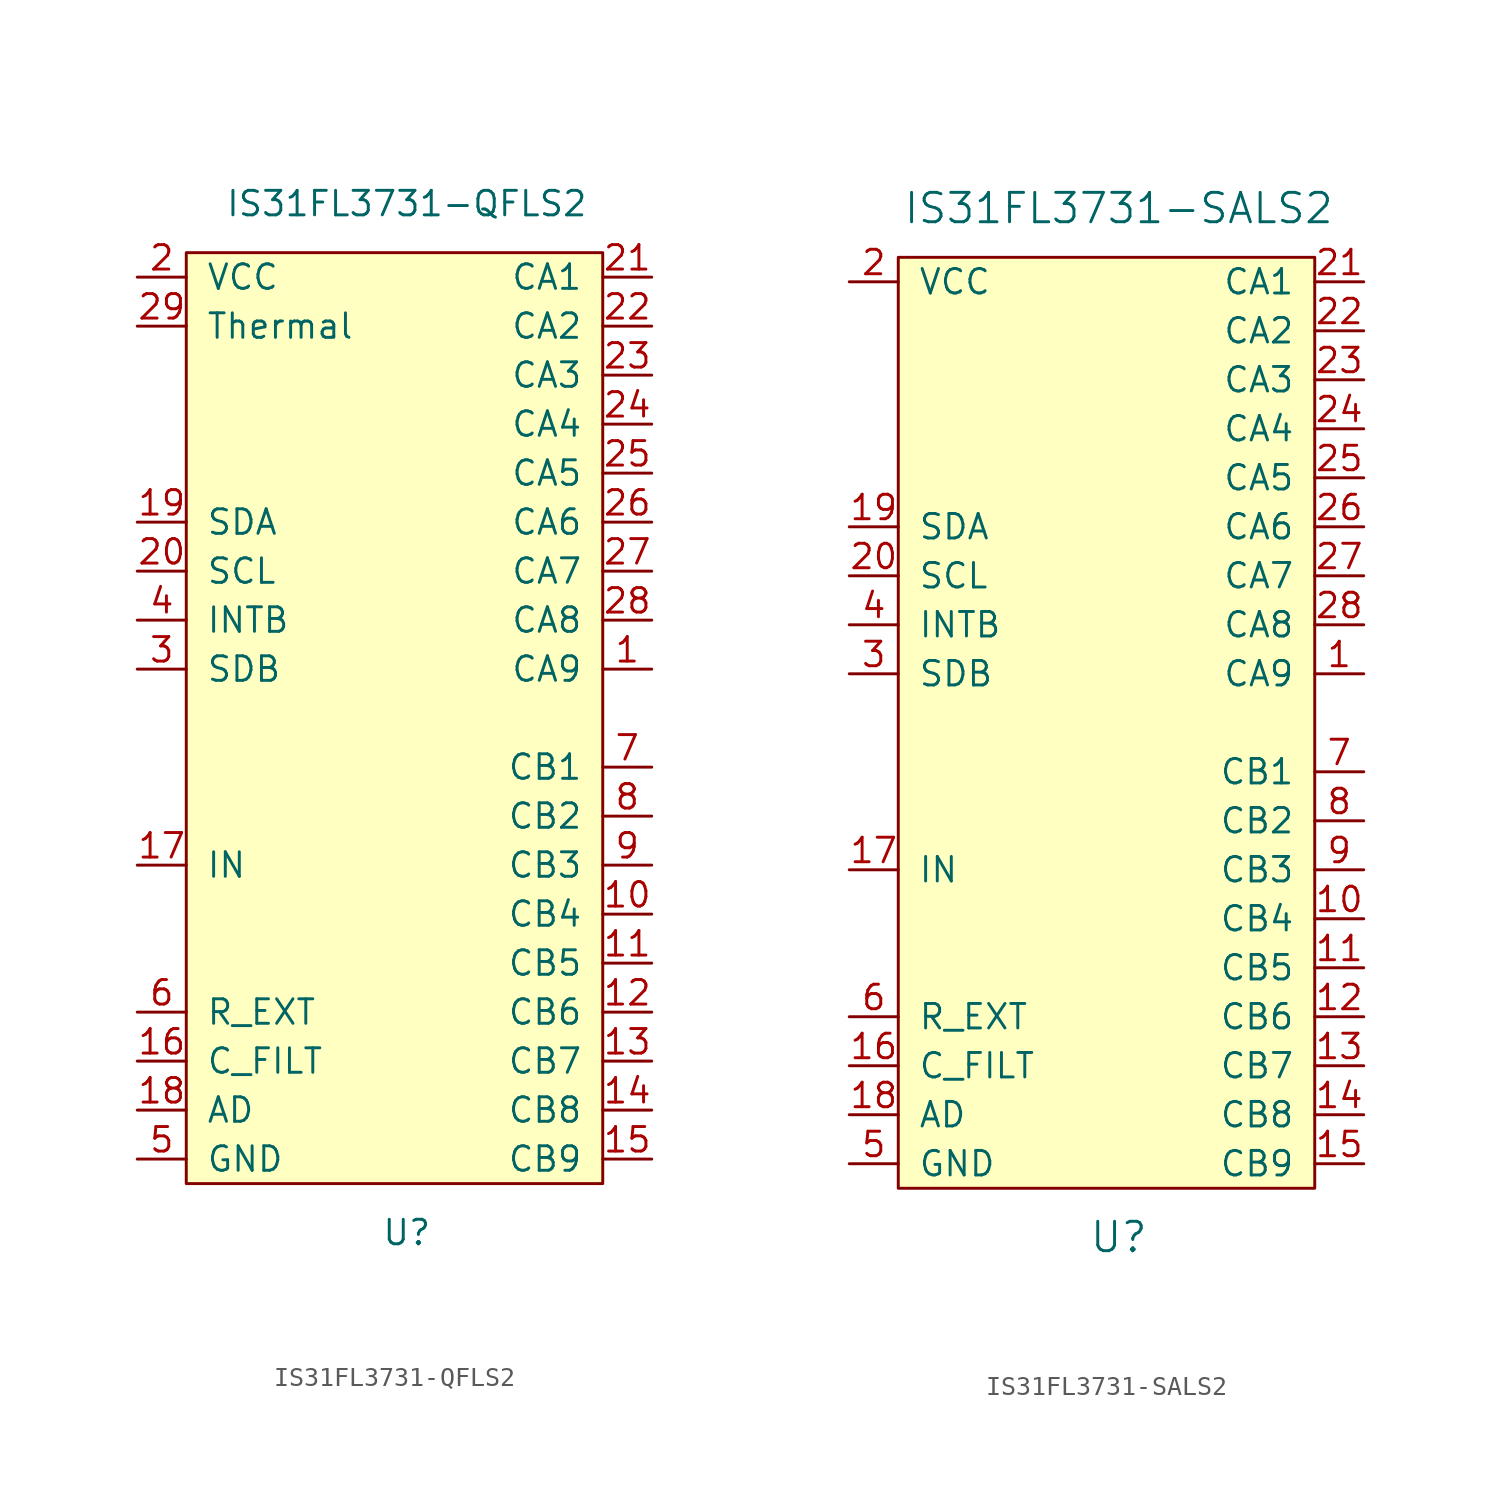
<source format=kicad_sym>
(kicad_symbol_lib
  (version 20211014)
  (generator kicad_symbol_editor)
  (symbol "IS31FL3731-QFLS2"
    (pin_names
      (offset 1.016))
    (property "Reference" "U"
      (at 0 -26.67 0)
      (effects (font (size 1.27 1.27))))
    (property "Value" "IS31FL3731-QFLS2"
      (at 0 26.67 0)
      (effects (font (size 1.27 1.27))))
    (symbol "IS31FL3731-QFLS2_1_1"
      (rectangle (start 10.16 24.13) (end -11.43 -24.13) (stroke (width 0) (type default) (color 0 0 0 0)) (fill (type background)))
      (pin input line (at 12.7 2.54 180) (length 2.54) (name "CA9" (effects (font (size 1.27 1.27)))) (number "1" (effects (font (size 1.27 1.27)))))
      (pin input line (at 12.7 -10.16 180) (length 2.54) (name "CB4" (effects (font (size 1.27 1.27)))) (number "10" (effects (font (size 1.27 1.27)))))
      (pin input line (at 12.7 -12.7 180) (length 2.54) (name "CB5" (effects (font (size 1.27 1.27)))) (number "11" (effects (font (size 1.27 1.27)))))
      (pin input line (at 12.7 -15.24 180) (length 2.54) (name "CB6" (effects (font (size 1.27 1.27)))) (number "12" (effects (font (size 1.27 1.27)))))
      (pin input line (at 12.7 -17.78 180) (length 2.54) (name "CB7" (effects (font (size 1.27 1.27)))) (number "13" (effects (font (size 1.27 1.27)))))
      (pin input line (at 12.7 -20.32 180) (length 2.54) (name "CB8" (effects (font (size 1.27 1.27)))) (number "14" (effects (font (size 1.27 1.27)))))
      (pin input line (at 12.7 -22.86 180) (length 2.54) (name "CB9" (effects (font (size 1.27 1.27)))) (number "15" (effects (font (size 1.27 1.27)))))
      (pin input line (at -13.97 -17.78 0) (length 2.54) (name "C_FILT" (effects (font (size 1.27 1.27)))) (number "16" (effects (font (size 1.27 1.27)))))
      (pin input line (at -13.97 -7.62 0) (length 2.54) (name "IN" (effects (font (size 1.27 1.27)))) (number "17" (effects (font (size 1.27 1.27)))))
      (pin input line (at -13.97 -20.32 0) (length 2.54) (name "AD" (effects (font (size 1.27 1.27)))) (number "18" (effects (font (size 1.27 1.27)))))
      (pin input line (at -13.97 10.16 0) (length 2.54) (name "SDA" (effects (font (size 1.27 1.27)))) (number "19" (effects (font (size 1.27 1.27)))))
      (pin input line (at -13.97 22.86 0) (length 2.54) (name "VCC" (effects (font (size 1.27 1.27)))) (number "2" (effects (font (size 1.27 1.27)))))
      (pin input line (at -13.97 7.62 0) (length 2.54) (name "SCL" (effects (font (size 1.27 1.27)))) (number "20" (effects (font (size 1.27 1.27)))))
      (pin input line (at 12.7 22.86 180) (length 2.54) (name "CA1" (effects (font (size 1.27 1.27)))) (number "21" (effects (font (size 1.27 1.27)))))
      (pin input line (at 12.7 20.32 180) (length 2.54) (name "CA2" (effects (font (size 1.27 1.27)))) (number "22" (effects (font (size 1.27 1.27)))))
      (pin input line (at 12.7 17.78 180) (length 2.54) (name "CA3" (effects (font (size 1.27 1.27)))) (number "23" (effects (font (size 1.27 1.27)))))
      (pin input line (at 12.7 15.24 180) (length 2.54) (name "CA4" (effects (font (size 1.27 1.27)))) (number "24" (effects (font (size 1.27 1.27)))))
      (pin input line (at 12.7 12.7 180) (length 2.54) (name "CA5" (effects (font (size 1.27 1.27)))) (number "25" (effects (font (size 1.27 1.27)))))
      (pin input line (at 12.7 10.16 180) (length 2.54) (name "CA6" (effects (font (size 1.27 1.27)))) (number "26" (effects (font (size 1.27 1.27)))))
      (pin input line (at 12.7 7.62 180) (length 2.54) (name "CA7" (effects (font (size 1.27 1.27)))) (number "27" (effects (font (size 1.27 1.27)))))
      (pin input line (at 12.7 5.08 180) (length 2.54) (name "CA8" (effects (font (size 1.27 1.27)))) (number "28" (effects (font (size 1.27 1.27)))))
      (pin input line (at -13.97 20.32 0) (length 2.54) (name "Thermal" (effects (font (size 1.27 1.27)))) (number "29" (effects (font (size 1.27 1.27)))))
      (pin input line (at -13.97 2.54 0) (length 2.54) (name "SDB" (effects (font (size 1.27 1.27)))) (number "3" (effects (font (size 1.27 1.27)))))
      (pin input line (at -13.97 5.08 0) (length 2.54) (name "INTB" (effects (font (size 1.27 1.27)))) (number "4" (effects (font (size 1.27 1.27)))))
      (pin input line (at -13.97 -22.86 0) (length 2.54) (name "GND" (effects (font (size 1.27 1.27)))) (number "5" (effects (font (size 1.27 1.27)))))
      (pin input line (at -13.97 -15.24 0) (length 2.54) (name "R_EXT" (effects (font (size 1.27 1.27)))) (number "6" (effects (font (size 1.27 1.27)))))
      (pin input line (at 12.7 -2.54 180) (length 2.54) (name "CB1" (effects (font (size 1.27 1.27)))) (number "7" (effects (font (size 1.27 1.27)))))
      (pin input line (at 12.7 -5.08 180) (length 2.54) (name "CB2" (effects (font (size 1.27 1.27)))) (number "8" (effects (font (size 1.27 1.27)))))
      (pin input line (at 12.7 -7.62 180) (length 2.54) (name "CB3" (effects (font (size 1.27 1.27)))) (number "9" (effects (font (size 1.27 1.27)))))))
  (symbol "IS31FL3731-SALS2"
    (pin_names
      (offset 1.016))
    (property "Reference" "U"
      (at 0 -26.67 0)
      (effects (font (size 1.524 1.524))))
    (property "Value" "IS31FL3731-SALS2"
      (at 0 26.67 0)
      (effects (font (size 1.524 1.524))))
    (symbol "IS31FL3731-SALS2_0_1"
      (rectangle (start 10.16 24.13) (end -11.43 -24.13) (stroke (width 0) (type default) (color 0 0 0 0)) (fill (type background))))
    (symbol "IS31FL3731-SALS2_1_1"
      (pin input line (at 12.7 2.54 180) (length 2.54) (name "CA9" (effects (font (size 1.27 1.27)))) (number "1" (effects (font (size 1.27 1.27)))))
      (pin input line (at 12.7 -10.16 180) (length 2.54) (name "CB4" (effects (font (size 1.27 1.27)))) (number "10" (effects (font (size 1.27 1.27)))))
      (pin input line (at 12.7 -12.7 180) (length 2.54) (name "CB5" (effects (font (size 1.27 1.27)))) (number "11" (effects (font (size 1.27 1.27)))))
      (pin input line (at 12.7 -15.24 180) (length 2.54) (name "CB6" (effects (font (size 1.27 1.27)))) (number "12" (effects (font (size 1.27 1.27)))))
      (pin input line (at 12.7 -17.78 180) (length 2.54) (name "CB7" (effects (font (size 1.27 1.27)))) (number "13" (effects (font (size 1.27 1.27)))))
      (pin input line (at 12.7 -20.32 180) (length 2.54) (name "CB8" (effects (font (size 1.27 1.27)))) (number "14" (effects (font (size 1.27 1.27)))))
      (pin input line (at 12.7 -22.86 180) (length 2.54) (name "CB9" (effects (font (size 1.27 1.27)))) (number "15" (effects (font (size 1.27 1.27)))))
      (pin input line (at -13.97 -17.78 0) (length 2.54) (name "C_FILT" (effects (font (size 1.27 1.27)))) (number "16" (effects (font (size 1.27 1.27)))))
      (pin input line (at -13.97 -7.62 0) (length 2.54) (name "IN" (effects (font (size 1.27 1.27)))) (number "17" (effects (font (size 1.27 1.27)))))
      (pin input line (at -13.97 -20.32 0) (length 2.54) (name "AD" (effects (font (size 1.27 1.27)))) (number "18" (effects (font (size 1.27 1.27)))))
      (pin input line (at -13.97 10.16 0) (length 2.54) (name "SDA" (effects (font (size 1.27 1.27)))) (number "19" (effects (font (size 1.27 1.27)))))
      (pin input line (at -13.97 22.86 0) (length 2.54) (name "VCC" (effects (font (size 1.27 1.27)))) (number "2" (effects (font (size 1.27 1.27)))))
      (pin input line (at -13.97 7.62 0) (length 2.54) (name "SCL" (effects (font (size 1.27 1.27)))) (number "20" (effects (font (size 1.27 1.27)))))
      (pin input line (at 12.7 22.86 180) (length 2.54) (name "CA1" (effects (font (size 1.27 1.27)))) (number "21" (effects (font (size 1.27 1.27)))))
      (pin input line (at 12.7 20.32 180) (length 2.54) (name "CA2" (effects (font (size 1.27 1.27)))) (number "22" (effects (font (size 1.27 1.27)))))
      (pin input line (at 12.7 17.78 180) (length 2.54) (name "CA3" (effects (font (size 1.27 1.27)))) (number "23" (effects (font (size 1.27 1.27)))))
      (pin input line (at 12.7 15.24 180) (length 2.54) (name "CA4" (effects (font (size 1.27 1.27)))) (number "24" (effects (font (size 1.27 1.27)))))
      (pin input line (at 12.7 12.7 180) (length 2.54) (name "CA5" (effects (font (size 1.27 1.27)))) (number "25" (effects (font (size 1.27 1.27)))))
      (pin input line (at 12.7 10.16 180) (length 2.54) (name "CA6" (effects (font (size 1.27 1.27)))) (number "26" (effects (font (size 1.27 1.27)))))
      (pin input line (at 12.7 7.62 180) (length 2.54) (name "CA7" (effects (font (size 1.27 1.27)))) (number "27" (effects (font (size 1.27 1.27)))))
      (pin input line (at 12.7 5.08 180) (length 2.54) (name "CA8" (effects (font (size 1.27 1.27)))) (number "28" (effects (font (size 1.27 1.27)))))
      (pin input line (at -13.97 2.54 0) (length 2.54) (name "SDB" (effects (font (size 1.27 1.27)))) (number "3" (effects (font (size 1.27 1.27)))))
      (pin input line (at -13.97 5.08 0) (length 2.54) (name "INTB" (effects (font (size 1.27 1.27)))) (number "4" (effects (font (size 1.27 1.27)))))
      (pin input line (at -13.97 -22.86 0) (length 2.54) (name "GND" (effects (font (size 1.27 1.27)))) (number "5" (effects (font (size 1.27 1.27)))))
      (pin input line (at -13.97 -15.24 0) (length 2.54) (name "R_EXT" (effects (font (size 1.27 1.27)))) (number "6" (effects (font (size 1.27 1.27)))))
      (pin input line (at 12.7 -2.54 180) (length 2.54) (name "CB1" (effects (font (size 1.27 1.27)))) (number "7" (effects (font (size 1.27 1.27)))))
      (pin input line (at 12.7 -5.08 180) (length 2.54) (name "CB2" (effects (font (size 1.27 1.27)))) (number "8" (effects (font (size 1.27 1.27)))))
      (pin input line (at 12.7 -7.62 180) (length 2.54) (name "CB3" (effects (font (size 1.27 1.27)))) (number "9" (effects (font (size 1.27 1.27))))))))
</source>
